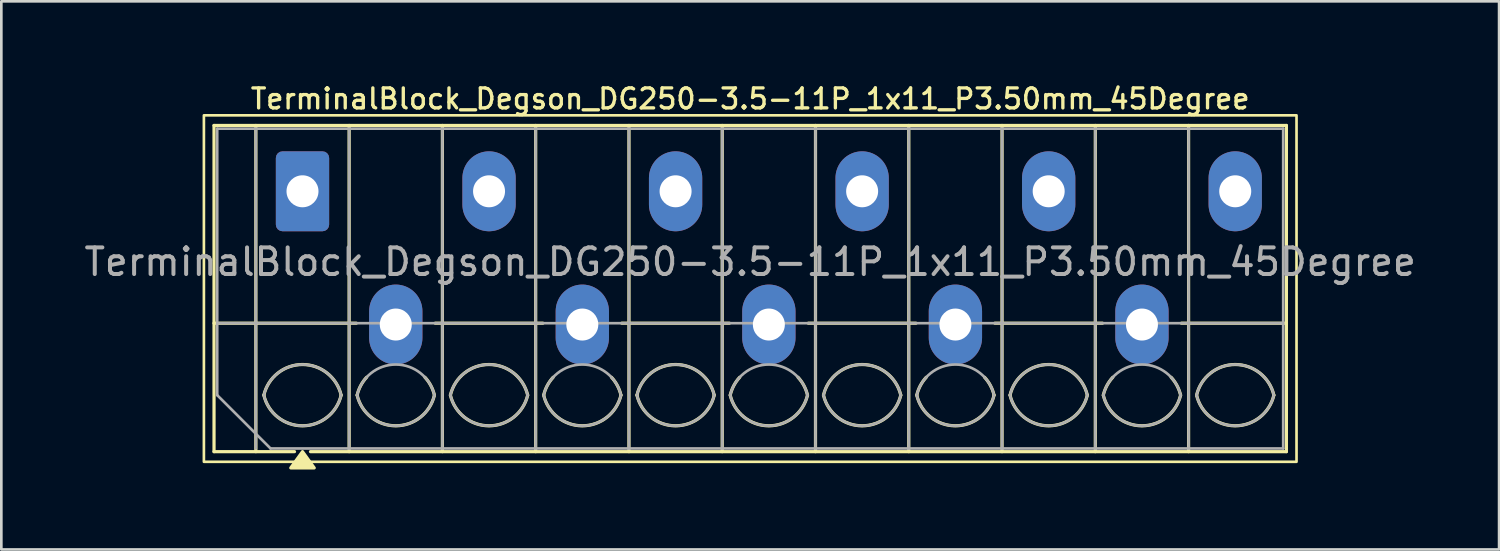
<source format=kicad_pcb>
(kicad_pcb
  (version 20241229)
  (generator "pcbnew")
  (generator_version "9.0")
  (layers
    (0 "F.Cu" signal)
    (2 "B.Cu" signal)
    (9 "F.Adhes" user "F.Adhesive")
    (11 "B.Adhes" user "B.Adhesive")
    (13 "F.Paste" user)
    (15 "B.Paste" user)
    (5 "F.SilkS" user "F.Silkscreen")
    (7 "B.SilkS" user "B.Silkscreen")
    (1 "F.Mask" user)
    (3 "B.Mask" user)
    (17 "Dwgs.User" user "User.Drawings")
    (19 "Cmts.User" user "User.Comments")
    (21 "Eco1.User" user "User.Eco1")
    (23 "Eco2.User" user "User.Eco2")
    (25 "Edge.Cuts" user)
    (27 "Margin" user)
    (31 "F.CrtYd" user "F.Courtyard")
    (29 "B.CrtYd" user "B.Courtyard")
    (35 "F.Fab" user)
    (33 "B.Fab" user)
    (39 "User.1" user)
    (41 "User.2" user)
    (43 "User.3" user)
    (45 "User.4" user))
  (footprint "TerminalBlock_Degson_DG250-3.5-11P_1x11_P3.50mm_45Degree"
    (layer "F.Cu")
    (at 8.301 4.128)
    (property "Reference" "TerminalBlock_Degson_DG250-3.5-11P_1x11_P3.50mm_45Degree" (at 16.8 -3.47 0) (layer "F.SilkS") (effects (font (size 0.75 0.75) (thickness 0.125))))
    (attr through_hole)
    (fp_line (start -3.32 -2.47) (end 36.92 -2.47) (stroke (width 0.12) (type solid)) (layer "F.SilkS"))
    (fp_line (start -3.32 4.95) (end 2.02 4.95) (stroke (width 0.12) (type solid)) (layer "F.SilkS"))
    (fp_line (start -3.32 9.77) (end -3.32 -2.47) (stroke (width 0.12) (type solid)) (layer "F.SilkS"))
    (fp_line (start -1.75 -2.47) (end -1.75 9.77) (stroke (width 0.12) (type solid)) (layer "F.SilkS"))
    (fp_line (start -0.3 9.77) (end -3.32 9.77) (stroke (width 0.12) (type solid)) (layer "F.SilkS"))
    (fp_line (start 1.75 -2.47) (end 1.75 9.77) (stroke (width 0.12) (type solid)) (layer "F.SilkS"))
    (fp_line (start 4.98 4.95) (end 9.02 4.95) (stroke (width 0.12) (type solid)) (layer "F.SilkS"))
    (fp_line (start 5.25 -2.47) (end 5.25 9.77) (stroke (width 0.12) (type solid)) (layer "F.SilkS"))
    (fp_line (start 8.75 -2.47) (end 8.75 9.77) (stroke (width 0.12) (type solid)) (layer "F.SilkS"))
    (fp_line (start 11.98 4.95) (end 16.02 4.95) (stroke (width 0.12) (type solid)) (layer "F.SilkS"))
    (fp_line (start 12.25 -2.47) (end 12.25 9.77) (stroke (width 0.12) (type solid)) (layer "F.SilkS"))
    (fp_line (start 15.75 -2.47) (end 15.75 9.77) (stroke (width 0.12) (type solid)) (layer "F.SilkS"))
    (fp_line (start 18.98 4.95) (end 23.02 4.95) (stroke (width 0.12) (type solid)) (layer "F.SilkS"))
    (fp_line (start 19.25 -2.47) (end 19.25 9.77) (stroke (width 0.12) (type solid)) (layer "F.SilkS"))
    (fp_line (start 22.75 -2.47) (end 22.75 9.77) (stroke (width 0.12) (type solid)) (layer "F.SilkS"))
    (fp_line (start 25.98 4.95) (end 30.02 4.95) (stroke (width 0.12) (type solid)) (layer "F.SilkS"))
    (fp_line (start 26.25 -2.47) (end 26.25 9.77) (stroke (width 0.12) (type solid)) (layer "F.SilkS"))
    (fp_line (start 29.75 -2.47) (end 29.75 9.77) (stroke (width 0.12) (type solid)) (layer "F.SilkS"))
    (fp_line (start 32.98 4.95) (end 36.92 4.95) (stroke (width 0.12) (type solid)) (layer "F.SilkS"))
    (fp_line (start 33.25 -2.47) (end 33.25 9.77) (stroke (width 0.12) (type solid)) (layer "F.SilkS"))
    (fp_line (start 36.92 -2.47) (end 36.92 9.77) (stroke (width 0.12) (type solid)) (layer "F.SilkS"))
    (fp_line (start 36.92 9.77) (end 0.3 9.77) (stroke (width 0.12) (type solid)) (layer "F.SilkS"))
    (fp_rect (start -3.7 -2.85) (end 37.3 10.15) (stroke (width 0.1) (type solid)) (fill no) (layer "F.SilkS"))
    (fp_arc (start -1.45 7.65) (mid 0 6.5) (end 1.45 7.65) (stroke (width 0.12) (type solid)) (layer "F.SilkS"))
    (fp_arc (start 1.45 7.65) (mid 0 8.8) (end -1.45 7.65) (stroke (width 0.12) (type solid)) (layer "F.SilkS"))
    (fp_arc (start 2.05 7.65) (mid 2.18402 7.291962) (end 2.405 6.98) (stroke (width 0.12) (type solid)) (layer "F.SilkS"))
    (fp_arc (start 4.595 6.98) (mid 4.81598 7.291962) (end 4.95 7.65) (stroke (width 0.12) (type solid)) (layer "F.SilkS"))
    (fp_arc (start 4.95 7.65) (mid 3.5 8.8) (end 2.05 7.65) (stroke (width 0.12) (type solid)) (layer "F.SilkS"))
    (fp_arc (start 5.55 7.65) (mid 7 6.5) (end 8.45 7.65) (stroke (width 0.12) (type solid)) (layer "F.SilkS"))
    (fp_arc (start 8.45 7.65) (mid 7 8.8) (end 5.55 7.65) (stroke (width 0.12) (type solid)) (layer "F.SilkS"))
    (fp_arc (start 9.05 7.65) (mid 9.18402 7.291962) (end 9.405 6.98) (stroke (width 0.12) (type solid)) (layer "F.SilkS"))
    (fp_arc (start 11.595 6.98) (mid 11.81598 7.291962) (end 11.95 7.65) (stroke (width 0.12) (type solid)) (layer "F.SilkS"))
    (fp_arc (start 11.95 7.65) (mid 10.5 8.8) (end 9.05 7.65) (stroke (width 0.12) (type solid)) (layer "F.SilkS"))
    (fp_arc (start 12.55 7.65) (mid 14 6.5) (end 15.45 7.65) (stroke (width 0.12) (type solid)) (layer "F.SilkS"))
    (fp_arc (start 15.45 7.65) (mid 14 8.8) (end 12.55 7.65) (stroke (width 0.12) (type solid)) (layer "F.SilkS"))
    (fp_arc (start 16.05 7.65) (mid 16.18402 7.291962) (end 16.405 6.98) (stroke (width 0.12) (type solid)) (layer "F.SilkS"))
    (fp_arc (start 18.595 6.98) (mid 18.81598 7.291962) (end 18.95 7.65) (stroke (width 0.12) (type solid)) (layer "F.SilkS"))
    (fp_arc (start 18.95 7.65) (mid 17.5 8.8) (end 16.05 7.65) (stroke (width 0.12) (type solid)) (layer "F.SilkS"))
    (fp_arc (start 19.55 7.65) (mid 21 6.5) (end 22.45 7.65) (stroke (width 0.12) (type solid)) (layer "F.SilkS"))
    (fp_arc (start 22.45 7.65) (mid 21 8.8) (end 19.55 7.65) (stroke (width 0.12) (type solid)) (layer "F.SilkS"))
    (fp_arc (start 23.05 7.65) (mid 23.18402 7.291962) (end 23.405 6.98) (stroke (width 0.12) (type solid)) (layer "F.SilkS"))
    (fp_arc (start 25.595 6.98) (mid 25.81598 7.291962) (end 25.95 7.65) (stroke (width 0.12) (type solid)) (layer "F.SilkS"))
    (fp_arc (start 25.95 7.65) (mid 24.5 8.8) (end 23.05 7.65) (stroke (width 0.12) (type solid)) (layer "F.SilkS"))
    (fp_arc (start 26.55 7.65) (mid 28 6.5) (end 29.45 7.65) (stroke (width 0.12) (type solid)) (layer "F.SilkS"))
    (fp_arc (start 29.45 7.65) (mid 28 8.8) (end 26.55 7.65) (stroke (width 0.12) (type solid)) (layer "F.SilkS"))
    (fp_arc (start 30.05 7.65) (mid 30.18402 7.291962) (end 30.405 6.98) (stroke (width 0.12) (type solid)) (layer "F.SilkS"))
    (fp_arc (start 32.595 6.98) (mid 32.81598 7.291962) (end 32.95 7.65) (stroke (width 0.12) (type solid)) (layer "F.SilkS"))
    (fp_arc (start 32.95 7.65) (mid 31.5 8.8) (end 30.05 7.65) (stroke (width 0.12) (type solid)) (layer "F.SilkS"))
    (fp_arc (start 33.55 7.65) (mid 35 6.5) (end 36.45 7.65) (stroke (width 0.12) (type solid)) (layer "F.SilkS"))
    (fp_arc (start 36.45 7.65) (mid 35 8.8) (end 33.55 7.65) (stroke (width 0.12) (type solid)) (layer "F.SilkS"))
    (fp_poly (pts (xy 0 9.77) (xy 0.44 10.38) (xy -0.44 10.38)) (stroke (width 0.12) (type solid)) (fill yes) (layer "F.SilkS"))
    (fp_line (start -3.2 -2.35) (end 36.8 -2.35) (stroke (width 0.1) (type solid)) (layer "F.Fab"))
    (fp_line (start -3.2 4.95) (end 36.8 4.95) (stroke (width 0.1) (type solid)) (layer "F.Fab"))
    (fp_line (start -3.2 7.65) (end -3.2 -2.35) (stroke (width 0.1) (type solid)) (layer "F.Fab"))
    (fp_line (start -1.75 -2.35) (end -1.75 9.65) (stroke (width 0.1) (type solid)) (layer "F.Fab"))
    (fp_line (start -1.2 9.65) (end -3.2 7.65) (stroke (width 0.1) (type solid)) (layer "F.Fab"))
    (fp_line (start 1.75 -2.35) (end 1.75 9.65) (stroke (width 0.1) (type solid)) (layer "F.Fab"))
    (fp_line (start 5.25 -2.35) (end 5.25 9.65) (stroke (width 0.1) (type solid)) (layer "F.Fab"))
    (fp_line (start 8.75 -2.35) (end 8.75 9.65) (stroke (width 0.1) (type solid)) (layer "F.Fab"))
    (fp_line (start 12.25 -2.35) (end 12.25 9.65) (stroke (width 0.1) (type solid)) (layer "F.Fab"))
    (fp_line (start 15.75 -2.35) (end 15.75 9.65) (stroke (width 0.1) (type solid)) (layer "F.Fab"))
    (fp_line (start 19.25 -2.35) (end 19.25 9.65) (stroke (width 0.1) (type solid)) (layer "F.Fab"))
    (fp_line (start 22.75 -2.35) (end 22.75 9.65) (stroke (width 0.1) (type solid)) (layer "F.Fab"))
    (fp_line (start 26.25 -2.35) (end 26.25 9.65) (stroke (width 0.1) (type solid)) (layer "F.Fab"))
    (fp_line (start 29.75 -2.35) (end 29.75 9.65) (stroke (width 0.1) (type solid)) (layer "F.Fab"))
    (fp_line (start 33.25 -2.35) (end 33.25 9.65) (stroke (width 0.1) (type solid)) (layer "F.Fab"))
    (fp_line (start 36.8 -2.35) (end 36.8 9.65) (stroke (width 0.1) (type solid)) (layer "F.Fab"))
    (fp_line (start 36.8 9.65) (end -1.2 9.65) (stroke (width 0.1) (type solid)) (layer "F.Fab"))
    (fp_arc (start -1.45 7.65) (mid 0 6.5) (end 1.45 7.65) (stroke (width 0.1) (type solid)) (layer "F.Fab"))
    (fp_arc (start 1.45 7.65) (mid 0 8.8) (end -1.45 7.65) (stroke (width 0.1) (type solid)) (layer "F.Fab"))
    (fp_arc (start 2.05 7.65) (mid 3.5 6.5) (end 4.95 7.65) (stroke (width 0.1) (type solid)) (layer "F.Fab"))
    (fp_arc (start 4.95 7.65) (mid 3.5 8.8) (end 2.05 7.65) (stroke (width 0.1) (type solid)) (layer "F.Fab"))
    (fp_arc (start 5.55 7.65) (mid 7 6.5) (end 8.45 7.65) (stroke (width 0.1) (type solid)) (layer "F.Fab"))
    (fp_arc (start 8.45 7.65) (mid 7 8.8) (end 5.55 7.65) (stroke (width 0.1) (type solid)) (layer "F.Fab"))
    (fp_arc (start 9.05 7.65) (mid 10.5 6.5) (end 11.95 7.65) (stroke (width 0.1) (type solid)) (layer "F.Fab"))
    (fp_arc (start 11.95 7.65) (mid 10.5 8.8) (end 9.05 7.65) (stroke (width 0.1) (type solid)) (layer "F.Fab"))
    (fp_arc (start 12.55 7.65) (mid 14 6.5) (end 15.45 7.65) (stroke (width 0.1) (type solid)) (layer "F.Fab"))
    (fp_arc (start 15.45 7.65) (mid 14 8.8) (end 12.55 7.65) (stroke (width 0.1) (type solid)) (layer "F.Fab"))
    (fp_arc (start 16.05 7.65) (mid 17.5 6.5) (end 18.95 7.65) (stroke (width 0.1) (type solid)) (layer "F.Fab"))
    (fp_arc (start 18.95 7.65) (mid 17.5 8.8) (end 16.05 7.65) (stroke (width 0.1) (type solid)) (layer "F.Fab"))
    (fp_arc (start 19.55 7.65) (mid 21 6.5) (end 22.45 7.65) (stroke (width 0.1) (type solid)) (layer "F.Fab"))
    (fp_arc (start 22.45 7.65) (mid 21 8.8) (end 19.55 7.65) (stroke (width 0.1) (type solid)) (layer "F.Fab"))
    (fp_arc (start 23.05 7.65) (mid 24.5 6.5) (end 25.95 7.65) (stroke (width 0.1) (type solid)) (layer "F.Fab"))
    (fp_arc (start 25.95 7.65) (mid 24.5 8.8) (end 23.05 7.65) (stroke (width 0.1) (type solid)) (layer "F.Fab"))
    (fp_arc (start 26.55 7.65) (mid 28 6.5) (end 29.45 7.65) (stroke (width 0.1) (type solid)) (layer "F.Fab"))
    (fp_arc (start 29.45 7.65) (mid 28 8.8) (end 26.55 7.65) (stroke (width 0.1) (type solid)) (layer "F.Fab"))
    (fp_arc (start 30.05 7.65) (mid 31.5 6.5) (end 32.95 7.65) (stroke (width 0.1) (type solid)) (layer "F.Fab"))
    (fp_arc (start 32.95 7.65) (mid 31.5 8.8) (end 30.05 7.65) (stroke (width 0.1) (type solid)) (layer "F.Fab"))
    (fp_arc (start 33.55 7.65) (mid 35 6.5) (end 36.45 7.65) (stroke (width 0.1) (type solid)) (layer "F.Fab"))
    (fp_arc (start 36.45 7.65) (mid 35 8.8) (end 33.55 7.65) (stroke (width 0.1) (type solid)) (layer "F.Fab"))
    (fp_text user "${REFERENCE}" (at 16.8 2.65 0) (layer "F.Fab") (effects (font (size 1 1) (thickness 0.15))))
    (pad "1" thru_hole roundrect (at 0 0) (size 2 3) (drill 1.2) (layers "*.Cu" "*.Mask") (roundrect_rratio 0.125))
    (pad "2" thru_hole oval (at 3.5 5) (size 2 3) (drill 1.2) (layers "*.Cu" "*.Mask"))
    (pad "3" thru_hole oval (at 7 0) (size 2 3) (drill 1.2) (layers "*.Cu" "*.Mask"))
    (pad "4" thru_hole oval (at 10.5 5) (size 2 3) (drill 1.2) (layers "*.Cu" "*.Mask"))
    (pad "5" thru_hole oval (at 14 0) (size 2 3) (drill 1.2) (layers "*.Cu" "*.Mask"))
    (pad "6" thru_hole oval (at 17.5 5) (size 2 3) (drill 1.2) (layers "*.Cu" "*.Mask"))
    (pad "7" thru_hole oval (at 21 0) (size 2 3) (drill 1.2) (layers "*.Cu" "*.Mask"))
    (pad "8" thru_hole oval (at 24.5 5) (size 2 3) (drill 1.2) (layers "*.Cu" "*.Mask"))
    (pad "9" thru_hole oval (at 28 0) (size 2 3) (drill 1.2) (layers "*.Cu" "*.Mask"))
    (pad "10" thru_hole oval (at 31.5 5) (size 2 3) (drill 1.2) (layers "*.Cu" "*.Mask"))
    (pad "11" thru_hole oval (at 35 0) (size 2 3) (drill 1.2) (layers "*.Cu" "*.Mask")))
  (gr_rect
    (start -3 -3)
    (end 53.202 17.568)
    (stroke (width 0.1) (type default))
    (fill no)
    (layer "Edge.Cuts")))
</source>
